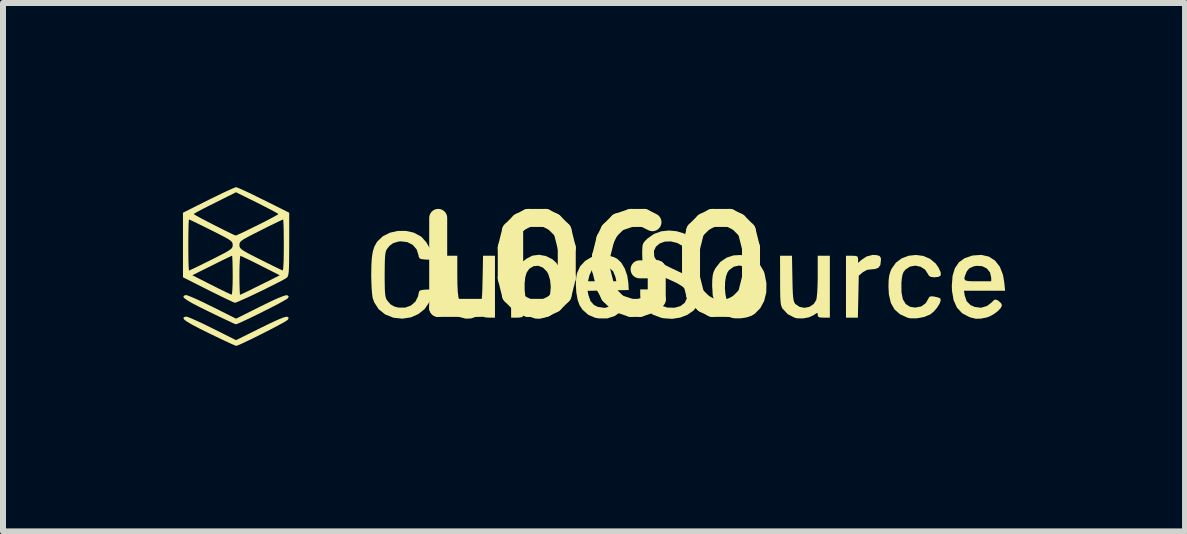
<source format=kicad_pcb>
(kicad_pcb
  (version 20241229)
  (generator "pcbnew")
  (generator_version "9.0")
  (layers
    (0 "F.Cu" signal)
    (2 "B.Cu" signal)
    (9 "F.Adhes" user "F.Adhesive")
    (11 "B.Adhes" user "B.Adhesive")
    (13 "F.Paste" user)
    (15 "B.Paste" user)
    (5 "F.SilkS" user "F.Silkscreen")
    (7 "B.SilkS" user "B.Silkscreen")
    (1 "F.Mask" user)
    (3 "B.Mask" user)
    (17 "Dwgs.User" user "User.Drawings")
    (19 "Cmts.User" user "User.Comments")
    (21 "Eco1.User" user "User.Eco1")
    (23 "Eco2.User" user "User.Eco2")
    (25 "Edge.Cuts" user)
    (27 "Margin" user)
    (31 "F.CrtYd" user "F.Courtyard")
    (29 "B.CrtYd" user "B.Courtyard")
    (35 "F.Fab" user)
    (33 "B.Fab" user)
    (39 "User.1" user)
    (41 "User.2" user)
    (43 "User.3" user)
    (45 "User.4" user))
  (footprint "LOGO"
    (layer "F.Cu")
    (at 6.826 1.404)
    (property "Reference" "LOGO" (at 0 0 0) (layer "F.SilkS") (effects (font (size 1.5 1.5) (thickness 0.3))))
    (attr board_only exclude_from_pos_files exclude_from_bom)
    (fp_poly (pts (xy 4.736 -0.202) (xy 4.786 -0.187) (xy 4.806 -0.157) (xy 4.809 -0.121) (xy 4.799 -0.037) (xy 4.765 0.011) (xy 4.702 0.032) (xy 4.663 0.034) (xy 4.575 0.045) (xy 4.506 0.084) (xy 4.502 0.088) (xy 4.439 0.142) (xy 4.432 0.491) (xy 4.424 0.841) (xy 4.325 0.841) (xy 4.226 0.841) (xy 4.226 0.325) (xy 4.226 -0.191) (xy 4.327 -0.191) (xy 4.389 -0.188) (xy 4.418 -0.177) (xy 4.427 -0.149) (xy 4.428 -0.131) (xy 4.428 -0.071) (xy 4.478 -0.118) (xy 4.57 -0.179) (xy 4.673 -0.205)) (stroke (width 0) (type solid)) (fill yes) (layer "F.SilkS"))
    (fp_poly (pts (xy -6.746 0.472) (xy -6.683 0.497) (xy -6.593 0.536) (xy -6.483 0.588) (xy -6.361 0.648) (xy -6.341 0.657) (xy -5.941 0.858) (xy -5.535 0.655) (xy -5.369 0.574) (xy -5.241 0.515) (xy -5.151 0.48) (xy -5.099 0.466) (xy -5.09 0.467) (xy -5.063 0.484) (xy -5.074 0.511) (xy -5.081 0.52) (xy -5.108 0.539) (xy -5.168 0.573) (xy -5.252 0.619) (xy -5.355 0.672) (xy -5.468 0.729) (xy -5.584 0.787) (xy -5.695 0.841) (xy -5.795 0.888) (xy -5.874 0.925) (xy -5.928 0.947) (xy -5.945 0.951) (xy -5.97 0.942) (xy -6.029 0.915) (xy -6.115 0.874) (xy -6.224 0.823) (xy -6.348 0.763) (xy -6.397 0.739) (xy -6.553 0.662) (xy -6.671 0.601) (xy -6.752 0.553) (xy -6.801 0.518) (xy -6.82 0.493) (xy -6.81 0.475) (xy -6.776 0.464)) (stroke (width 0) (type solid)) (fill yes) (layer "F.SilkS"))
    (fp_poly (pts (xy -6.746 0.83) (xy -6.683 0.855) (xy -6.593 0.895) (xy -6.483 0.946) (xy -6.361 1.006) (xy -6.341 1.016) (xy -5.941 1.216) (xy -5.535 1.014) (xy -5.369 0.933) (xy -5.241 0.874) (xy -5.151 0.838) (xy -5.099 0.825) (xy -5.09 0.826) (xy -5.063 0.843) (xy -5.074 0.87) (xy -5.081 0.878) (xy -5.109 0.898) (xy -5.169 0.933) (xy -5.254 0.979) (xy -5.357 1.033) (xy -5.471 1.091) (xy -5.586 1.149) (xy -5.697 1.204) (xy -5.796 1.251) (xy -5.874 1.287) (xy -5.925 1.307) (xy -5.94 1.311) (xy -5.966 1.301) (xy -6.026 1.275) (xy -6.114 1.234) (xy -6.224 1.182) (xy -6.349 1.122) (xy -6.397 1.099) (xy -6.553 1.021) (xy -6.67 0.96) (xy -6.752 0.912) (xy -6.801 0.877) (xy -6.819 0.851) (xy -6.81 0.834) (xy -6.776 0.823)) (stroke (width 0) (type solid)) (fill yes) (layer "F.SilkS"))
    (fp_poly (pts (xy -2.253 0.129) (xy -2.251 0.291) (xy -2.245 0.415) (xy -2.233 0.506) (xy -2.213 0.571) (xy -2.186 0.616) (xy -2.148 0.646) (xy -2.137 0.652) (xy -2.049 0.676) (xy -1.961 0.665) (xy -1.887 0.62) (xy -1.881 0.614) (xy -1.865 0.592) (xy -1.853 0.561) (xy -1.845 0.515) (xy -1.839 0.447) (xy -1.835 0.348) (xy -1.832 0.213) (xy -1.831 0.188) (xy -1.824 -0.191) (xy -1.725 -0.191) (xy -1.625 -0.191) (xy -1.625 0.325) (xy -1.625 0.841) (xy -1.726 0.841) (xy -1.794 0.836) (xy -1.824 0.82) (xy -1.827 0.808) (xy -1.834 0.791) (xy -1.861 0.794) (xy -1.918 0.817) (xy -1.922 0.819) (xy -2.021 0.854) (xy -2.111 0.858) (xy -2.212 0.832) (xy -2.215 0.831) (xy -2.291 0.799) (xy -2.349 0.761) (xy -2.392 0.712) (xy -2.421 0.643) (xy -2.44 0.551) (xy -2.451 0.429) (xy -2.455 0.27) (xy -2.455 0.191) (xy -2.455 -0.191) (xy -2.354 -0.191) (xy -2.253 -0.191)) (stroke (width 0) (type solid)) (fill yes) (layer "F.SilkS"))
    (fp_poly (pts (xy 3.333 0.188) (xy 3.336 0.33) (xy 3.34 0.433) (xy 3.346 0.506) (xy 3.354 0.555) (xy 3.365 0.588) (xy 3.38 0.611) (xy 3.383 0.614) (xy 3.453 0.662) (xy 3.536 0.677) (xy 3.619 0.66) (xy 3.688 0.614) (xy 3.73 0.547) (xy 3.739 0.498) (xy 3.747 0.415) (xy 3.752 0.306) (xy 3.755 0.182) (xy 3.755 0.142) (xy 3.755 -0.191) (xy 3.856 -0.191) (xy 3.957 -0.191) (xy 3.957 0.325) (xy 3.957 0.841) (xy 3.856 0.841) (xy 3.793 0.838) (xy 3.763 0.826) (xy 3.755 0.799) (xy 3.755 0.795) (xy 3.753 0.766) (xy 3.74 0.764) (xy 3.705 0.787) (xy 3.69 0.798) (xy 3.611 0.835) (xy 3.51 0.854) (xy 3.41 0.852) (xy 3.37 0.842) (xy 3.255 0.783) (xy 3.169 0.691) (xy 3.154 0.663) (xy 3.143 0.629) (xy 3.136 0.58) (xy 3.131 0.51) (xy 3.129 0.413) (xy 3.128 0.279) (xy 3.128 0.219) (xy 3.127 -0.191) (xy 3.227 -0.191) (xy 3.326 -0.191)) (stroke (width 0) (type solid)) (fill yes) (layer "F.SilkS"))
    (fp_poly (pts (xy 5.513 -0.188) (xy 5.626 -0.14) (xy 5.72 -0.063) (xy 5.769 0.007) (xy 5.804 0.084) (xy 5.807 0.134) (xy 5.774 0.16) (xy 5.706 0.168) (xy 5.643 0.163) (xy 5.609 0.143) (xy 5.595 0.118) (xy 5.545 0.041) (xy 5.469 -0.008) (xy 5.381 -0.026) (xy 5.293 -0.01) (xy 5.221 0.037) (xy 5.188 0.076) (xy 5.169 0.12) (xy 5.157 0.184) (xy 5.15 0.264) (xy 5.151 0.418) (xy 5.174 0.534) (xy 5.222 0.614) (xy 5.294 0.66) (xy 5.38 0.673) (xy 5.481 0.654) (xy 5.556 0.599) (xy 5.596 0.53) (xy 5.616 0.495) (xy 5.649 0.484) (xy 5.698 0.49) (xy 5.757 0.503) (xy 5.796 0.519) (xy 5.799 0.521) (xy 5.805 0.556) (xy 5.785 0.61) (xy 5.746 0.673) (xy 5.695 0.734) (xy 5.639 0.781) (xy 5.623 0.791) (xy 5.523 0.831) (xy 5.41 0.852) (xy 5.303 0.853) (xy 5.252 0.842) (xy 5.127 0.785) (xy 5.035 0.704) (xy 4.974 0.596) (xy 4.941 0.455) (xy 4.934 0.325) (xy 4.937 0.216) (xy 4.947 0.136) (xy 4.968 0.068) (xy 4.985 0.028) (xy 5.058 -0.075) (xy 5.155 -0.148) (xy 5.27 -0.191) (xy 5.392 -0.204)) (stroke (width 0) (type solid)) (fill yes) (layer "F.SilkS"))
    (fp_poly (pts (xy -1.155 -0.346) (xy -1.155 -0.098) (xy -1.097 -0.143) (xy -1 -0.193) (xy -0.888 -0.207) (xy -0.775 -0.186) (xy -0.669 -0.133) (xy -0.608 -0.078) (xy -0.541 0.014) (xy -0.501 0.119) (xy -0.484 0.25) (xy -0.482 0.315) (xy -0.497 0.486) (xy -0.542 0.627) (xy -0.615 0.736) (xy -0.716 0.811) (xy -0.79 0.839) (xy -0.88 0.859) (xy -0.951 0.857) (xy -1.023 0.833) (xy -1.054 0.818) (xy -1.113 0.788) (xy -1.143 0.777) (xy -1.153 0.783) (xy -1.155 0.806) (xy -1.155 0.807) (xy -1.168 0.829) (xy -1.213 0.839) (xy -1.255 0.841) (xy -1.356 0.841) (xy -1.356 0.272) (xy -1.131 0.272) (xy -1.13 0.385) (xy -1.119 0.488) (xy -1.097 0.56) (xy -1.041 0.633) (xy -0.967 0.671) (xy -0.883 0.67) (xy -0.801 0.63) (xy -0.781 0.613) (xy -0.734 0.542) (xy -0.705 0.442) (xy -0.695 0.329) (xy -0.706 0.215) (xy -0.737 0.113) (xy -0.76 0.073) (xy -0.827 0.006) (xy -0.905 -0.024) (xy -0.984 -0.016) (xy -1.054 0.027) (xy -1.097 0.09) (xy -1.12 0.168) (xy -1.131 0.272) (xy -1.356 0.272) (xy -1.356 0.123) (xy -1.356 -0.594) (xy -1.255 -0.594) (xy -1.155 -0.594)) (stroke (width 0) (type solid)) (fill yes) (layer "F.SilkS"))
    (fp_poly (pts (xy 0.36 -0.167) (xy 0.412 -0.14) (xy 0.481 -0.075) (xy 0.539 0.023) (xy 0.58 0.142) (xy 0.598 0.258) (xy 0.605 0.381) (xy 0.262 0.387) (xy -0.082 0.394) (xy -0.067 0.466) (xy -0.032 0.565) (xy 0.025 0.63) (xy 0.09 0.662) (xy 0.202 0.678) (xy 0.304 0.652) (xy 0.381 0.595) (xy 0.423 0.554) (xy 0.452 0.541) (xy 0.487 0.554) (xy 0.508 0.566) (xy 0.552 0.597) (xy 0.572 0.623) (xy 0.572 0.624) (xy 0.557 0.65) (xy 0.519 0.695) (xy 0.487 0.729) (xy 0.375 0.812) (xy 0.246 0.854) (xy 0.102 0.853) (xy 0.042 0.842) (xy -0.07 0.794) (xy -0.164 0.711) (xy -0.216 0.633) (xy -0.248 0.541) (xy -0.269 0.422) (xy -0.277 0.293) (xy -0.274 0.235) (xy -0.074 0.235) (xy 0.162 0.235) (xy 0.398 0.235) (xy 0.383 0.163) (xy 0.345 0.069) (xy 0.275 0.006) (xy 0.18 -0.022) (xy 0.157 -0.022) (xy 0.061 -0.006) (xy -0.007 0.044) (xy -0.049 0.13) (xy -0.055 0.154) (xy -0.074 0.235) (xy -0.274 0.235) (xy -0.271 0.173) (xy -0.258 0.102) (xy -0.206 -0.014) (xy -0.122 -0.105) (xy -0.015 -0.169) (xy 0.107 -0.202) (xy 0.235 -0.203)) (stroke (width 0) (type solid)) (fill yes) (layer "F.SilkS"))
    (fp_poly (pts (xy 2.593 -0.178) (xy 2.701 -0.124) (xy 2.792 -0.04) (xy 2.857 0.071) (xy 2.869 0.107) (xy 2.9 0.269) (xy 2.897 0.423) (xy 2.862 0.564) (xy 2.797 0.684) (xy 2.705 0.777) (xy 2.655 0.808) (xy 2.57 0.837) (xy 2.468 0.853) (xy 2.369 0.852) (xy 2.315 0.842) (xy 2.192 0.787) (xy 2.1 0.708) (xy 2.039 0.602) (xy 2.004 0.464) (xy 1.998 0.352) (xy 2.208 0.352) (xy 2.217 0.455) (xy 2.236 0.541) (xy 2.264 0.594) (xy 2.347 0.659) (xy 2.439 0.681) (xy 2.532 0.662) (xy 2.582 0.628) (xy 2.63 0.575) (xy 2.635 0.567) (xy 2.658 0.522) (xy 2.671 0.473) (xy 2.676 0.406) (xy 2.675 0.307) (xy 2.674 0.299) (xy 2.67 0.201) (xy 2.661 0.135) (xy 2.647 0.091) (xy 2.623 0.057) (xy 2.614 0.047) (xy 2.533 -0.01) (xy 2.443 -0.028) (xy 2.355 -0.008) (xy 2.278 0.048) (xy 2.252 0.084) (xy 2.226 0.153) (xy 2.211 0.247) (xy 2.208 0.352) (xy 1.998 0.352) (xy 1.995 0.314) (xy 1.997 0.21) (xy 2.004 0.137) (xy 2.019 0.081) (xy 2.044 0.027) (xy 2.051 0.015) (xy 2.133 -0.089) (xy 2.236 -0.159) (xy 2.352 -0.197) (xy 2.474 -0.203)) (stroke (width 0) (type solid)) (fill yes) (layer "F.SilkS"))
    (fp_poly (pts (xy 6.607 -0.177) (xy 6.711 -0.11) (xy 6.79 -0.009) (xy 6.843 0.126) (xy 6.864 0.248) (xy 6.878 0.392) (xy 6.535 0.392) (xy 6.193 0.392) (xy 6.206 0.474) (xy 6.238 0.567) (xy 6.301 0.631) (xy 6.37 0.662) (xy 6.477 0.676) (xy 6.577 0.647) (xy 6.651 0.59) (xy 6.692 0.549) (xy 6.72 0.538) (xy 6.753 0.552) (xy 6.769 0.562) (xy 6.81 0.599) (xy 6.826 0.633) (xy 6.808 0.678) (xy 6.759 0.731) (xy 6.691 0.782) (xy 6.617 0.822) (xy 6.572 0.838) (xy 6.471 0.858) (xy 6.39 0.859) (xy 6.308 0.84) (xy 6.281 0.83) (xy 6.163 0.768) (xy 6.076 0.675) (xy 6.02 0.55) (xy 5.993 0.392) (xy 5.99 0.314) (xy 5.999 0.194) (xy 6.199 0.194) (xy 6.215 0.219) (xy 6.26 0.231) (xy 6.34 0.235) (xy 6.423 0.235) (xy 6.647 0.235) (xy 6.647 0.173) (xy 6.627 0.087) (xy 6.574 0.022) (xy 6.497 -0.017) (xy 6.403 -0.023) (xy 6.353 -0.013) (xy 6.284 0.017) (xy 6.243 0.065) (xy 6.231 0.09) (xy 6.206 0.153) (xy 6.199 0.194) (xy 5.999 0.194) (xy 6.002 0.148) (xy 6.041 0.018) (xy 6.107 -0.08) (xy 6.203 -0.15) (xy 6.331 -0.193) (xy 6.338 -0.195) (xy 6.482 -0.205)) (stroke (width 0) (type solid)) (fill yes) (layer "F.SilkS"))
    (fp_poly (pts (xy -2.978 -0.576) (xy -2.865 -0.515) (xy -2.842 -0.497) (xy -2.768 -0.413) (xy -2.711 -0.313) (xy -2.682 -0.214) (xy -2.679 -0.184) (xy -2.682 -0.146) (xy -2.697 -0.129) (xy -2.738 -0.125) (xy -2.785 -0.128) (xy -2.85 -0.134) (xy -2.883 -0.148) (xy -2.896 -0.177) (xy -2.9 -0.201) (xy -2.931 -0.297) (xy -2.996 -0.372) (xy -3.086 -0.418) (xy -3.193 -0.431) (xy -3.234 -0.427) (xy -3.32 -0.402) (xy -3.383 -0.356) (xy -3.425 -0.303) (xy -3.44 -0.276) (xy -3.45 -0.238) (xy -3.457 -0.181) (xy -3.461 -0.1) (xy -3.463 0.014) (xy -3.464 0.123) (xy -3.463 0.266) (xy -3.461 0.37) (xy -3.456 0.445) (xy -3.448 0.495) (xy -3.437 0.53) (xy -3.425 0.55) (xy -3.367 0.619) (xy -3.299 0.657) (xy -3.234 0.673) (xy -3.123 0.674) (xy -3.026 0.639) (xy -2.951 0.574) (xy -2.907 0.485) (xy -2.9 0.448) (xy -2.891 0.407) (xy -2.87 0.386) (xy -2.823 0.377) (xy -2.785 0.374) (xy -2.721 0.372) (xy -2.69 0.379) (xy -2.68 0.402) (xy -2.679 0.43) (xy -2.689 0.491) (xy -2.713 0.564) (xy -2.721 0.584) (xy -2.795 0.695) (xy -2.9 0.78) (xy -3.026 0.836) (xy -3.167 0.858) (xy -3.313 0.843) (xy -3.318 0.842) (xy -3.455 0.788) (xy -3.563 0.702) (xy -3.638 0.586) (xy -3.663 0.516) (xy -3.672 0.459) (xy -3.68 0.37) (xy -3.685 0.259) (xy -3.688 0.139) (xy -3.688 0.123) (xy -3.685 -0.039) (xy -3.677 -0.165) (xy -3.661 -0.263) (xy -3.637 -0.34) (xy -3.602 -0.405) (xy -3.583 -0.432) (xy -3.493 -0.517) (xy -3.376 -0.575) (xy -3.245 -0.605) (xy -3.109 -0.605)) (stroke (width 0) (type solid)) (fill yes) (layer "F.SilkS"))
    (fp_poly (pts (xy 1.4 -0.6) (xy 1.519 -0.565) (xy 1.624 -0.507) (xy 1.708 -0.429) (xy 1.763 -0.334) (xy 1.782 -0.225) (xy 1.78 -0.176) (xy 1.766 -0.153) (xy 1.727 -0.146) (xy 1.681 -0.146) (xy 1.618 -0.149) (xy 1.589 -0.161) (xy 1.581 -0.187) (xy 1.58 -0.192) (xy 1.559 -0.281) (xy 1.5 -0.355) (xy 1.413 -0.404) (xy 1.304 -0.43) (xy 1.204 -0.426) (xy 1.12 -0.395) (xy 1.058 -0.342) (xy 1.025 -0.272) (xy 1.029 -0.187) (xy 1.034 -0.171) (xy 1.045 -0.147) (xy 1.064 -0.124) (xy 1.096 -0.099) (xy 1.147 -0.069) (xy 1.222 -0.03) (xy 1.326 0.021) (xy 1.464 0.086) (xy 1.494 0.1) (xy 1.617 0.164) (xy 1.703 0.229) (xy 1.759 0.301) (xy 1.79 0.387) (xy 1.797 0.423) (xy 1.795 0.536) (xy 1.755 0.638) (xy 1.682 0.725) (xy 1.582 0.794) (xy 1.463 0.84) (xy 1.328 0.861) (xy 1.185 0.851) (xy 1.143 0.842) (xy 1.009 0.792) (xy 0.904 0.714) (xy 0.832 0.616) (xy 0.798 0.501) (xy 0.796 0.461) (xy 0.796 0.37) (xy 0.897 0.37) (xy 0.959 0.372) (xy 0.988 0.383) (xy 0.997 0.412) (xy 0.998 0.439) (xy 1.018 0.517) (xy 1.074 0.588) (xy 1.154 0.643) (xy 1.249 0.673) (xy 1.37 0.676) (xy 1.468 0.648) (xy 1.538 0.593) (xy 1.576 0.513) (xy 1.58 0.465) (xy 1.572 0.409) (xy 1.543 0.36) (xy 1.487 0.313) (xy 1.401 0.262) (xy 1.278 0.205) (xy 1.237 0.188) (xy 1.105 0.126) (xy 0.995 0.065) (xy 0.92 0.009) (xy 0.919 0.008) (xy 0.873 -0.037) (xy 0.846 -0.074) (xy 0.833 -0.119) (xy 0.83 -0.184) (xy 0.829 -0.235) (xy 0.831 -0.32) (xy 0.837 -0.374) (xy 0.856 -0.413) (xy 0.891 -0.453) (xy 0.921 -0.481) (xy 1.027 -0.555) (xy 1.146 -0.598) (xy 1.273 -0.612)) (stroke (width 0) (type solid)) (fill yes) (layer "F.SilkS"))
    (fp_poly (pts (xy -5.911 -1.324) (xy -5.848 -1.297) (xy -5.758 -1.256) (xy -5.648 -1.203) (xy -5.523 -1.141) (xy -5.481 -1.121) (xy -5.055 -0.908) (xy -5.055 -0.384) (xy -5.056 -0.217) (xy -5.057 -0.088) (xy -5.059 0.008) (xy -5.063 0.075) (xy -5.069 0.121) (xy -5.077 0.15) (xy -5.089 0.168) (xy -5.095 0.175) (xy -5.127 0.195) (xy -5.191 0.23) (xy -5.279 0.276) (xy -5.384 0.328) (xy -5.498 0.385) (xy -5.615 0.441) (xy -5.725 0.493) (xy -5.823 0.537) (xy -5.899 0.571) (xy -5.948 0.59) (xy -5.96 0.593) (xy -5.987 0.583) (xy -6.047 0.555) (xy -6.135 0.514) (xy -6.244 0.46) (xy -6.368 0.399) (xy -6.406 0.38) (xy -6.826 0.168) (xy -6.826 0.134) (xy -6.67 0.134) (xy -6.35 0.296) (xy -6.241 0.351) (xy -6.145 0.398) (xy -6.071 0.433) (xy -6.025 0.454) (xy -6.014 0.458) (xy -6.008 0.438) (xy -6.003 0.38) (xy -5.999 0.293) (xy -5.997 0.185) (xy -5.997 0.135) (xy -5.885 0.135) (xy -5.884 0.249) (xy -5.882 0.347) (xy -5.879 0.418) (xy -5.876 0.456) (xy -5.874 0.46) (xy -5.851 0.45) (xy -5.795 0.424) (xy -5.713 0.384) (xy -5.612 0.334) (xy -5.537 0.297) (xy -5.212 0.135) (xy -5.532 -0.027) (xy -5.641 -0.082) (xy -5.737 -0.129) (xy -5.811 -0.164) (xy -5.857 -0.185) (xy -5.868 -0.189) (xy -5.874 -0.169) (xy -5.879 -0.111) (xy -5.883 -0.024) (xy -5.885 0.084) (xy -5.885 0.135) (xy -5.997 0.135) (xy -5.998 0.02) (xy -6 -0.078) (xy -6.003 -0.149) (xy -6.006 -0.187) (xy -6.008 -0.191) (xy -6.031 -0.181) (xy -6.087 -0.155) (xy -6.169 -0.115) (xy -6.27 -0.065) (xy -6.344 -0.028) (xy -6.67 0.134) (xy -6.826 0.134) (xy -6.826 -0.37) (xy -6.737 -0.37) (xy -6.736 -0.237) (xy -6.735 -0.121) (xy -6.732 -0.029) (xy -6.729 0.032) (xy -6.725 0.056) (xy -6.725 0.056) (xy -6.702 0.046) (xy -6.646 0.02) (xy -6.563 -0.02) (xy -6.46 -0.071) (xy -6.355 -0.123) (xy -6.227 -0.188) (xy -6.134 -0.236) (xy -6.07 -0.273) (xy -6.03 -0.3) (xy -6.008 -0.323) (xy -5.999 -0.345) (xy -5.997 -0.37) (xy -5.997 -0.37) (xy -5.885 -0.37) (xy -5.883 -0.345) (xy -5.874 -0.323) (xy -5.851 -0.299) (xy -5.81 -0.271) (xy -5.745 -0.234) (xy -5.651 -0.185) (xy -5.532 -0.125) (xy -5.416 -0.067) (xy -5.315 -0.017) (xy -5.234 0.022) (xy -5.181 0.047) (xy -5.162 0.055) (xy -5.157 0.034) (xy -5.152 -0.025) (xy -5.148 -0.115) (xy -5.146 -0.229) (xy -5.145 -0.361) (xy -5.145 -0.37) (xy -5.146 -0.503) (xy -5.147 -0.618) (xy -5.15 -0.71) (xy -5.153 -0.772) (xy -5.156 -0.796) (xy -5.156 -0.796) (xy -5.179 -0.786) (xy -5.235 -0.76) (xy -5.319 -0.719) (xy -5.422 -0.669) (xy -5.526 -0.616) (xy -5.654 -0.552) (xy -5.748 -0.503) (xy -5.812 -0.467) (xy -5.852 -0.44) (xy -5.874 -0.417) (xy -5.883 -0.394) (xy -5.885 -0.37) (xy -5.997 -0.37) (xy -5.999 -0.395) (xy -6.008 -0.417) (xy -6.03 -0.44) (xy -6.071 -0.468) (xy -6.135 -0.504) (xy -6.229 -0.553) (xy -6.355 -0.616) (xy -6.471 -0.674) (xy -6.573 -0.724) (xy -6.653 -0.763) (xy -6.706 -0.788) (xy -6.725 -0.796) (xy -6.729 -0.775) (xy -6.732 -0.715) (xy -6.734 -0.625) (xy -6.736 -0.511) (xy -6.737 -0.379) (xy -6.737 -0.37) (xy -6.826 -0.37) (xy -6.826 -0.37) (xy -6.826 -0.886) (xy -6.647 -0.886) (xy -6.628 -0.873) (xy -6.577 -0.844) (xy -6.501 -0.803) (xy -6.409 -0.755) (xy -6.308 -0.703) (xy -6.206 -0.652) (xy -6.111 -0.604) (xy -6.031 -0.565) (xy -5.974 -0.538) (xy -5.947 -0.528) (xy -5.947 -0.528) (xy -5.922 -0.537) (xy -5.864 -0.563) (xy -5.78 -0.603) (xy -5.677 -0.654) (xy -5.582 -0.7) (xy -5.469 -0.757) (xy -5.371 -0.808) (xy -5.295 -0.849) (xy -5.248 -0.876) (xy -5.235 -0.886) (xy -5.254 -0.899) (xy -5.307 -0.929) (xy -5.387 -0.971) (xy -5.488 -1.023) (xy -5.588 -1.074) (xy -5.942 -1.249) (xy -6.294 -1.073) (xy -6.408 -1.016) (xy -6.507 -0.965) (xy -6.584 -0.924) (xy -6.633 -0.896) (xy -6.647 -0.886) (xy -6.826 -0.886) (xy -6.826 -0.908) (xy -6.401 -1.121) (xy -6.272 -1.184) (xy -6.157 -1.24) (xy -6.059 -1.285) (xy -5.987 -1.317) (xy -5.946 -1.333) (xy -5.941 -1.334)) (stroke (width 0) (type solid)) (fill yes) (layer "F.SilkS")))
  (gr_rect
    (start -3 -3)
    (end 16.704 5.808)
    (stroke (width 0.1) (type default))
    (fill no)
    (layer "Edge.Cuts")))
</source>
